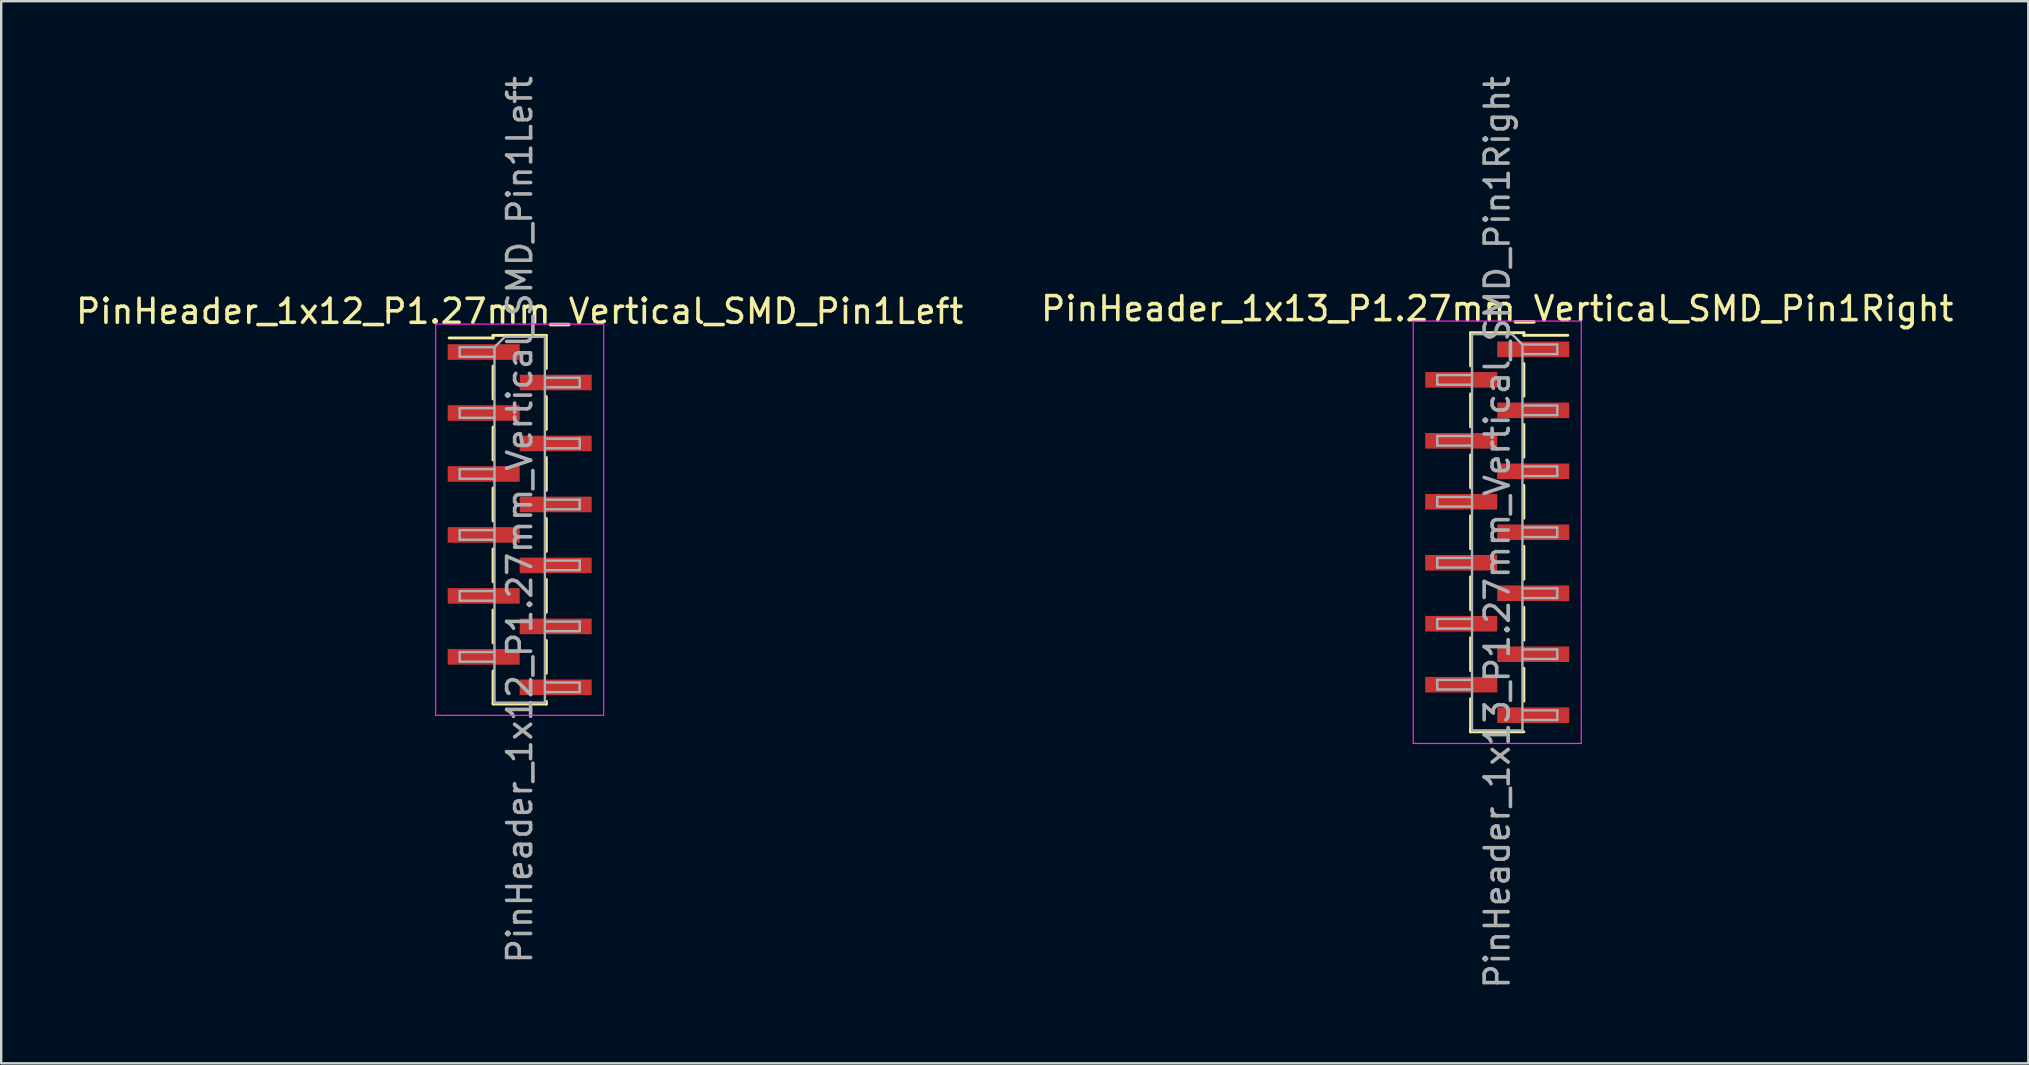
<source format=kicad_pcb>
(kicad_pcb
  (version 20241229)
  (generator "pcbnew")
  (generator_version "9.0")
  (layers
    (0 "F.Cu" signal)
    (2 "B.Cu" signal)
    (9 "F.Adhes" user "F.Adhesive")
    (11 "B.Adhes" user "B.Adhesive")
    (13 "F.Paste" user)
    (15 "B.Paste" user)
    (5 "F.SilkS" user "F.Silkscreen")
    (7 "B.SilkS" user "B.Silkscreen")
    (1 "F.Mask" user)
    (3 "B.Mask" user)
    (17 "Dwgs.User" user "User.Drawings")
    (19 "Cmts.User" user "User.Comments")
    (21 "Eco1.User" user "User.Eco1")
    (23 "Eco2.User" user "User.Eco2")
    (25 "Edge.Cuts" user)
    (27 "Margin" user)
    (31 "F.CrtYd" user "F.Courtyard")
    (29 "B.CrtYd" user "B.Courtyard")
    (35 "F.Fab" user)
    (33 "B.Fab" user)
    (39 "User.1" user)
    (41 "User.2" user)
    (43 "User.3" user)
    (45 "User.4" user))
  (footprint "PinHeader_1x12_P1.27mm_Vertical_SMD_Pin1Left"
    (layer "F.Cu")
    (at 18.601 18.601)
    (property "Reference" "PinHeader_1x12_P1.27mm_Vertical_SMD_Pin1Left" (at 0 -8.68 0) (layer "F.SilkS") (effects (font (size 1 1) (thickness 0.15))))
    (attr smd)
    (fp_line (start -1.11 -7.68) (end -1.11 -7.57) (stroke (width 0.12) (type solid)) (layer "F.SilkS"))
    (fp_line (start -1.11 -7.68) (end 1.11 -7.68) (stroke (width 0.12) (type solid)) (layer "F.SilkS"))
    (fp_line (start -1.11 -7.57) (end -2.94 -7.57) (stroke (width 0.12) (type solid)) (layer "F.SilkS"))
    (fp_line (start -1.11 -6.4) (end -1.11 -5.03) (stroke (width 0.12) (type solid)) (layer "F.SilkS"))
    (fp_line (start -1.11 -3.86) (end -1.11 -2.49) (stroke (width 0.12) (type solid)) (layer "F.SilkS"))
    (fp_line (start -1.11 -1.32) (end -1.11 0.05) (stroke (width 0.12) (type solid)) (layer "F.SilkS"))
    (fp_line (start -1.11 1.22) (end -1.11 2.59) (stroke (width 0.12) (type solid)) (layer "F.SilkS"))
    (fp_line (start -1.11 3.76) (end -1.11 5.13) (stroke (width 0.12) (type solid)) (layer "F.SilkS"))
    (fp_line (start -1.11 6.3) (end -1.11 7.67) (stroke (width 0.12) (type solid)) (layer "F.SilkS"))
    (fp_line (start -1.11 7.68) (end 1.11 7.68) (stroke (width 0.12) (type solid)) (layer "F.SilkS"))
    (fp_line (start 1.11 -7.67) (end 1.11 -6.3) (stroke (width 0.12) (type solid)) (layer "F.SilkS"))
    (fp_line (start 1.11 -5.13) (end 1.11 -3.76) (stroke (width 0.12) (type solid)) (layer "F.SilkS"))
    (fp_line (start 1.11 -2.59) (end 1.11 -1.22) (stroke (width 0.12) (type solid)) (layer "F.SilkS"))
    (fp_line (start 1.11 -0.05) (end 1.11 1.32) (stroke (width 0.12) (type solid)) (layer "F.SilkS"))
    (fp_line (start 1.11 2.49) (end 1.11 3.86) (stroke (width 0.12) (type solid)) (layer "F.SilkS"))
    (fp_line (start 1.11 5.03) (end 1.11 6.4) (stroke (width 0.12) (type solid)) (layer "F.SilkS"))
    (fp_line (start 1.11 7.57) (end 1.11 7.68) (stroke (width 0.12) (type solid)) (layer "F.SilkS"))
    (fp_line (start -3.5 -8.15) (end -3.5 8.15) (stroke (width 0.05) (type solid)) (layer "F.CrtYd"))
    (fp_line (start -3.5 8.15) (end 3.5 8.15) (stroke (width 0.05) (type solid)) (layer "F.CrtYd"))
    (fp_line (start 3.5 -8.15) (end -3.5 -8.15) (stroke (width 0.05) (type solid)) (layer "F.CrtYd"))
    (fp_line (start 3.5 8.15) (end 3.5 -8.15) (stroke (width 0.05) (type solid)) (layer "F.CrtYd"))
    (fp_line (start -2.5 -7.185) (end -2.5 -6.785) (stroke (width 0.1) (type solid)) (layer "F.Fab"))
    (fp_line (start -2.5 -6.785) (end -1.05 -6.785) (stroke (width 0.1) (type solid)) (layer "F.Fab"))
    (fp_line (start -2.5 -4.645) (end -2.5 -4.245) (stroke (width 0.1) (type solid)) (layer "F.Fab"))
    (fp_line (start -2.5 -4.245) (end -1.05 -4.245) (stroke (width 0.1) (type solid)) (layer "F.Fab"))
    (fp_line (start -2.5 -2.105) (end -2.5 -1.705) (stroke (width 0.1) (type solid)) (layer "F.Fab"))
    (fp_line (start -2.5 -1.705) (end -1.05 -1.705) (stroke (width 0.1) (type solid)) (layer "F.Fab"))
    (fp_line (start -2.5 0.435) (end -2.5 0.835) (stroke (width 0.1) (type solid)) (layer "F.Fab"))
    (fp_line (start -2.5 0.835) (end -1.05 0.835) (stroke (width 0.1) (type solid)) (layer "F.Fab"))
    (fp_line (start -2.5 2.975) (end -2.5 3.375) (stroke (width 0.1) (type solid)) (layer "F.Fab"))
    (fp_line (start -2.5 3.375) (end -1.05 3.375) (stroke (width 0.1) (type solid)) (layer "F.Fab"))
    (fp_line (start -2.5 5.515) (end -2.5 5.915) (stroke (width 0.1) (type solid)) (layer "F.Fab"))
    (fp_line (start -2.5 5.915) (end -1.05 5.915) (stroke (width 0.1) (type solid)) (layer "F.Fab"))
    (fp_line (start -1.05 -7.185) (end -2.5 -7.185) (stroke (width 0.1) (type solid)) (layer "F.Fab"))
    (fp_line (start -1.05 -7.185) (end -0.615 -7.62) (stroke (width 0.1) (type solid)) (layer "F.Fab"))
    (fp_line (start -1.05 -4.645) (end -2.5 -4.645) (stroke (width 0.1) (type solid)) (layer "F.Fab"))
    (fp_line (start -1.05 -2.105) (end -2.5 -2.105) (stroke (width 0.1) (type solid)) (layer "F.Fab"))
    (fp_line (start -1.05 0.435) (end -2.5 0.435) (stroke (width 0.1) (type solid)) (layer "F.Fab"))
    (fp_line (start -1.05 2.975) (end -2.5 2.975) (stroke (width 0.1) (type solid)) (layer "F.Fab"))
    (fp_line (start -1.05 5.515) (end -2.5 5.515) (stroke (width 0.1) (type solid)) (layer "F.Fab"))
    (fp_line (start -1.05 7.62) (end -1.05 -7.185) (stroke (width 0.1) (type solid)) (layer "F.Fab"))
    (fp_line (start -0.615 -7.62) (end 1.05 -7.62) (stroke (width 0.1) (type solid)) (layer "F.Fab"))
    (fp_line (start 1.05 -7.62) (end 1.05 7.62) (stroke (width 0.1) (type solid)) (layer "F.Fab"))
    (fp_line (start 1.05 -5.915) (end 2.5 -5.915) (stroke (width 0.1) (type solid)) (layer "F.Fab"))
    (fp_line (start 1.05 -3.375) (end 2.5 -3.375) (stroke (width 0.1) (type solid)) (layer "F.Fab"))
    (fp_line (start 1.05 -0.835) (end 2.5 -0.835) (stroke (width 0.1) (type solid)) (layer "F.Fab"))
    (fp_line (start 1.05 1.705) (end 2.5 1.705) (stroke (width 0.1) (type solid)) (layer "F.Fab"))
    (fp_line (start 1.05 4.245) (end 2.5 4.245) (stroke (width 0.1) (type solid)) (layer "F.Fab"))
    (fp_line (start 1.05 6.785) (end 2.5 6.785) (stroke (width 0.1) (type solid)) (layer "F.Fab"))
    (fp_line (start 1.05 7.62) (end -1.05 7.62) (stroke (width 0.1) (type solid)) (layer "F.Fab"))
    (fp_line (start 2.5 -5.915) (end 2.5 -5.515) (stroke (width 0.1) (type solid)) (layer "F.Fab"))
    (fp_line (start 2.5 -5.515) (end 1.05 -5.515) (stroke (width 0.1) (type solid)) (layer "F.Fab"))
    (fp_line (start 2.5 -3.375) (end 2.5 -2.975) (stroke (width 0.1) (type solid)) (layer "F.Fab"))
    (fp_line (start 2.5 -2.975) (end 1.05 -2.975) (stroke (width 0.1) (type solid)) (layer "F.Fab"))
    (fp_line (start 2.5 -0.835) (end 2.5 -0.435) (stroke (width 0.1) (type solid)) (layer "F.Fab"))
    (fp_line (start 2.5 -0.435) (end 1.05 -0.435) (stroke (width 0.1) (type solid)) (layer "F.Fab"))
    (fp_line (start 2.5 1.705) (end 2.5 2.105) (stroke (width 0.1) (type solid)) (layer "F.Fab"))
    (fp_line (start 2.5 2.105) (end 1.05 2.105) (stroke (width 0.1) (type solid)) (layer "F.Fab"))
    (fp_line (start 2.5 4.245) (end 2.5 4.645) (stroke (width 0.1) (type solid)) (layer "F.Fab"))
    (fp_line (start 2.5 4.645) (end 1.05 4.645) (stroke (width 0.1) (type solid)) (layer "F.Fab"))
    (fp_line (start 2.5 6.785) (end 2.5 7.185) (stroke (width 0.1) (type solid)) (layer "F.Fab"))
    (fp_line (start 2.5 7.185) (end 1.05 7.185) (stroke (width 0.1) (type solid)) (layer "F.Fab"))
    (fp_text user "${REFERENCE}" (at 0 0 90) (layer "F.Fab") (effects (font (size 1 1) (thickness 0.15))))
    (pad "1" smd rect (at -1.5 -6.985) (size 3 0.65) (layers "F.Cu" "F.Mask" "F.Paste"))
    (pad "2" smd rect (at 1.5 -5.715) (size 3 0.65) (layers "F.Cu" "F.Mask" "F.Paste"))
    (pad "3" smd rect (at -1.5 -4.445) (size 3 0.65) (layers "F.Cu" "F.Mask" "F.Paste"))
    (pad "4" smd rect (at 1.5 -3.175) (size 3 0.65) (layers "F.Cu" "F.Mask" "F.Paste"))
    (pad "5" smd rect (at -1.5 -1.905) (size 3 0.65) (layers "F.Cu" "F.Mask" "F.Paste"))
    (pad "6" smd rect (at 1.5 -0.635) (size 3 0.65) (layers "F.Cu" "F.Mask" "F.Paste"))
    (pad "7" smd rect (at -1.5 0.635) (size 3 0.65) (layers "F.Cu" "F.Mask" "F.Paste"))
    (pad "8" smd rect (at 1.5 1.905) (size 3 0.65) (layers "F.Cu" "F.Mask" "F.Paste"))
    (pad "9" smd rect (at -1.5 3.175) (size 3 0.65) (layers "F.Cu" "F.Mask" "F.Paste"))
    (pad "10" smd rect (at 1.5 4.445) (size 3 0.65) (layers "F.Cu" "F.Mask" "F.Paste"))
    (pad "11" smd rect (at -1.5 5.715) (size 3 0.65) (layers "F.Cu" "F.Mask" "F.Paste"))
    (pad "12" smd rect (at 1.5 6.985) (size 3 0.65) (layers "F.Cu" "F.Mask" "F.Paste")))
  (footprint "PinHeader_1x13_P1.27mm_Vertical_SMD_Pin1Right"
    (layer "F.Cu")
    (at 59.327 19.125)
    (property "Reference" "PinHeader_1x13_P1.27mm_Vertical_SMD_Pin1Right" (at 0 -9.315 0) (layer "F.SilkS") (effects (font (size 1 1) (thickness 0.15))))
    (attr smd)
    (fp_line (start -1.11 -8.315) (end 1.11 -8.315) (stroke (width 0.12) (type solid)) (layer "F.SilkS"))
    (fp_line (start -1.11 -8.305) (end -1.11 -6.935) (stroke (width 0.12) (type solid)) (layer "F.SilkS"))
    (fp_line (start -1.11 -5.765) (end -1.11 -4.395) (stroke (width 0.12) (type solid)) (layer "F.SilkS"))
    (fp_line (start -1.11 -3.225) (end -1.11 -1.855) (stroke (width 0.12) (type solid)) (layer "F.SilkS"))
    (fp_line (start -1.11 -0.685) (end -1.11 0.685) (stroke (width 0.12) (type solid)) (layer "F.SilkS"))
    (fp_line (start -1.11 1.855) (end -1.11 3.225) (stroke (width 0.12) (type solid)) (layer "F.SilkS"))
    (fp_line (start -1.11 4.395) (end -1.11 5.765) (stroke (width 0.12) (type solid)) (layer "F.SilkS"))
    (fp_line (start -1.11 6.935) (end -1.11 8.305) (stroke (width 0.12) (type solid)) (layer "F.SilkS"))
    (fp_line (start -1.11 8.205) (end -1.11 8.315) (stroke (width 0.12) (type solid)) (layer "F.SilkS"))
    (fp_line (start -1.11 8.315) (end 1.11 8.315) (stroke (width 0.12) (type solid)) (layer "F.SilkS"))
    (fp_line (start 1.11 -8.315) (end 1.11 -8.205) (stroke (width 0.12) (type solid)) (layer "F.SilkS"))
    (fp_line (start 1.11 -8.205) (end 2.94 -8.205) (stroke (width 0.12) (type solid)) (layer "F.SilkS"))
    (fp_line (start 1.11 -7.035) (end 1.11 -5.665) (stroke (width 0.12) (type solid)) (layer "F.SilkS"))
    (fp_line (start 1.11 -4.495) (end 1.11 -3.125) (stroke (width 0.12) (type solid)) (layer "F.SilkS"))
    (fp_line (start 1.11 -1.955) (end 1.11 -0.585) (stroke (width 0.12) (type solid)) (layer "F.SilkS"))
    (fp_line (start 1.11 0.585) (end 1.11 1.955) (stroke (width 0.12) (type solid)) (layer "F.SilkS"))
    (fp_line (start 1.11 3.125) (end 1.11 4.495) (stroke (width 0.12) (type solid)) (layer "F.SilkS"))
    (fp_line (start 1.11 5.665) (end 1.11 7.035) (stroke (width 0.12) (type solid)) (layer "F.SilkS"))
    (fp_line (start -3.5 -8.8) (end -3.5 8.8) (stroke (width 0.05) (type solid)) (layer "F.CrtYd"))
    (fp_line (start -3.5 8.8) (end 3.5 8.8) (stroke (width 0.05) (type solid)) (layer "F.CrtYd"))
    (fp_line (start 3.5 -8.8) (end -3.5 -8.8) (stroke (width 0.05) (type solid)) (layer "F.CrtYd"))
    (fp_line (start 3.5 8.8) (end 3.5 -8.8) (stroke (width 0.05) (type solid)) (layer "F.CrtYd"))
    (fp_line (start -2.5 -6.55) (end -2.5 -6.15) (stroke (width 0.1) (type solid)) (layer "F.Fab"))
    (fp_line (start -2.5 -6.15) (end -1.05 -6.15) (stroke (width 0.1) (type solid)) (layer "F.Fab"))
    (fp_line (start -2.5 -4.01) (end -2.5 -3.61) (stroke (width 0.1) (type solid)) (layer "F.Fab"))
    (fp_line (start -2.5 -3.61) (end -1.05 -3.61) (stroke (width 0.1) (type solid)) (layer "F.Fab"))
    (fp_line (start -2.5 -1.47) (end -2.5 -1.07) (stroke (width 0.1) (type solid)) (layer "F.Fab"))
    (fp_line (start -2.5 -1.07) (end -1.05 -1.07) (stroke (width 0.1) (type solid)) (layer "F.Fab"))
    (fp_line (start -2.5 1.07) (end -2.5 1.47) (stroke (width 0.1) (type solid)) (layer "F.Fab"))
    (fp_line (start -2.5 1.47) (end -1.05 1.47) (stroke (width 0.1) (type solid)) (layer "F.Fab"))
    (fp_line (start -2.5 3.61) (end -2.5 4.01) (stroke (width 0.1) (type solid)) (layer "F.Fab"))
    (fp_line (start -2.5 4.01) (end -1.05 4.01) (stroke (width 0.1) (type solid)) (layer "F.Fab"))
    (fp_line (start -2.5 6.15) (end -2.5 6.55) (stroke (width 0.1) (type solid)) (layer "F.Fab"))
    (fp_line (start -2.5 6.55) (end -1.05 6.55) (stroke (width 0.1) (type solid)) (layer "F.Fab"))
    (fp_line (start -1.05 -8.255) (end -1.05 8.255) (stroke (width 0.1) (type solid)) (layer "F.Fab"))
    (fp_line (start -1.05 -8.255) (end 0.615 -8.255) (stroke (width 0.1) (type solid)) (layer "F.Fab"))
    (fp_line (start -1.05 -6.55) (end -2.5 -6.55) (stroke (width 0.1) (type solid)) (layer "F.Fab"))
    (fp_line (start -1.05 -4.01) (end -2.5 -4.01) (stroke (width 0.1) (type solid)) (layer "F.Fab"))
    (fp_line (start -1.05 -1.47) (end -2.5 -1.47) (stroke (width 0.1) (type solid)) (layer "F.Fab"))
    (fp_line (start -1.05 1.07) (end -2.5 1.07) (stroke (width 0.1) (type solid)) (layer "F.Fab"))
    (fp_line (start -1.05 3.61) (end -2.5 3.61) (stroke (width 0.1) (type solid)) (layer "F.Fab"))
    (fp_line (start -1.05 6.15) (end -2.5 6.15) (stroke (width 0.1) (type solid)) (layer "F.Fab"))
    (fp_line (start 1.05 -7.82) (end 0.615 -8.255) (stroke (width 0.1) (type solid)) (layer "F.Fab"))
    (fp_line (start 1.05 -7.82) (end 2.5 -7.82) (stroke (width 0.1) (type solid)) (layer "F.Fab"))
    (fp_line (start 1.05 -5.28) (end 2.5 -5.28) (stroke (width 0.1) (type solid)) (layer "F.Fab"))
    (fp_line (start 1.05 -2.74) (end 2.5 -2.74) (stroke (width 0.1) (type solid)) (layer "F.Fab"))
    (fp_line (start 1.05 -0.2) (end 2.5 -0.2) (stroke (width 0.1) (type solid)) (layer "F.Fab"))
    (fp_line (start 1.05 2.34) (end 2.5 2.34) (stroke (width 0.1) (type solid)) (layer "F.Fab"))
    (fp_line (start 1.05 4.88) (end 2.5 4.88) (stroke (width 0.1) (type solid)) (layer "F.Fab"))
    (fp_line (start 1.05 7.42) (end 2.5 7.42) (stroke (width 0.1) (type solid)) (layer "F.Fab"))
    (fp_line (start 1.05 8.255) (end -1.05 8.255) (stroke (width 0.1) (type solid)) (layer "F.Fab"))
    (fp_line (start 1.05 8.255) (end 1.05 -7.82) (stroke (width 0.1) (type solid)) (layer "F.Fab"))
    (fp_line (start 2.5 -7.82) (end 2.5 -7.42) (stroke (width 0.1) (type solid)) (layer "F.Fab"))
    (fp_line (start 2.5 -7.42) (end 1.05 -7.42) (stroke (width 0.1) (type solid)) (layer "F.Fab"))
    (fp_line (start 2.5 -5.28) (end 2.5 -4.88) (stroke (width 0.1) (type solid)) (layer "F.Fab"))
    (fp_line (start 2.5 -4.88) (end 1.05 -4.88) (stroke (width 0.1) (type solid)) (layer "F.Fab"))
    (fp_line (start 2.5 -2.74) (end 2.5 -2.34) (stroke (width 0.1) (type solid)) (layer "F.Fab"))
    (fp_line (start 2.5 -2.34) (end 1.05 -2.34) (stroke (width 0.1) (type solid)) (layer "F.Fab"))
    (fp_line (start 2.5 -0.2) (end 2.5 0.2) (stroke (width 0.1) (type solid)) (layer "F.Fab"))
    (fp_line (start 2.5 0.2) (end 1.05 0.2) (stroke (width 0.1) (type solid)) (layer "F.Fab"))
    (fp_line (start 2.5 2.34) (end 2.5 2.74) (stroke (width 0.1) (type solid)) (layer "F.Fab"))
    (fp_line (start 2.5 2.74) (end 1.05 2.74) (stroke (width 0.1) (type solid)) (layer "F.Fab"))
    (fp_line (start 2.5 4.88) (end 2.5 5.28) (stroke (width 0.1) (type solid)) (layer "F.Fab"))
    (fp_line (start 2.5 5.28) (end 1.05 5.28) (stroke (width 0.1) (type solid)) (layer "F.Fab"))
    (fp_line (start 2.5 7.42) (end 2.5 7.82) (stroke (width 0.1) (type solid)) (layer "F.Fab"))
    (fp_line (start 2.5 7.82) (end 1.05 7.82) (stroke (width 0.1) (type solid)) (layer "F.Fab"))
    (fp_text user "${REFERENCE}" (at 0 0 90) (layer "F.Fab") (effects (font (size 1 1) (thickness 0.15))))
    (pad "1" smd rect (at 1.5 -7.62) (size 3 0.65) (layers "F.Cu" "F.Mask" "F.Paste"))
    (pad "2" smd rect (at -1.5 -6.35) (size 3 0.65) (layers "F.Cu" "F.Mask" "F.Paste"))
    (pad "3" smd rect (at 1.5 -5.08) (size 3 0.65) (layers "F.Cu" "F.Mask" "F.Paste"))
    (pad "4" smd rect (at -1.5 -3.81) (size 3 0.65) (layers "F.Cu" "F.Mask" "F.Paste"))
    (pad "5" smd rect (at 1.5 -2.54) (size 3 0.65) (layers "F.Cu" "F.Mask" "F.Paste"))
    (pad "6" smd rect (at -1.5 -1.27) (size 3 0.65) (layers "F.Cu" "F.Mask" "F.Paste"))
    (pad "7" smd rect (at 1.5 0) (size 3 0.65) (layers "F.Cu" "F.Mask" "F.Paste"))
    (pad "8" smd rect (at -1.5 1.27) (size 3 0.65) (layers "F.Cu" "F.Mask" "F.Paste"))
    (pad "9" smd rect (at 1.5 2.54) (size 3 0.65) (layers "F.Cu" "F.Mask" "F.Paste"))
    (pad "10" smd rect (at -1.5 3.81) (size 3 0.65) (layers "F.Cu" "F.Mask" "F.Paste"))
    (pad "11" smd rect (at 1.5 5.08) (size 3 0.65) (layers "F.Cu" "F.Mask" "F.Paste"))
    (pad "12" smd rect (at -1.5 6.35) (size 3 0.65) (layers "F.Cu" "F.Mask" "F.Paste"))
    (pad "13" smd rect (at 1.5 7.62) (size 3 0.65) (layers "F.Cu" "F.Mask" "F.Paste")))
  (gr_rect
    (start -3 -3)
    (end 81.452 41.25)
    (stroke (width 0.1) (type default))
    (fill no)
    (layer "Edge.Cuts")))
</source>
